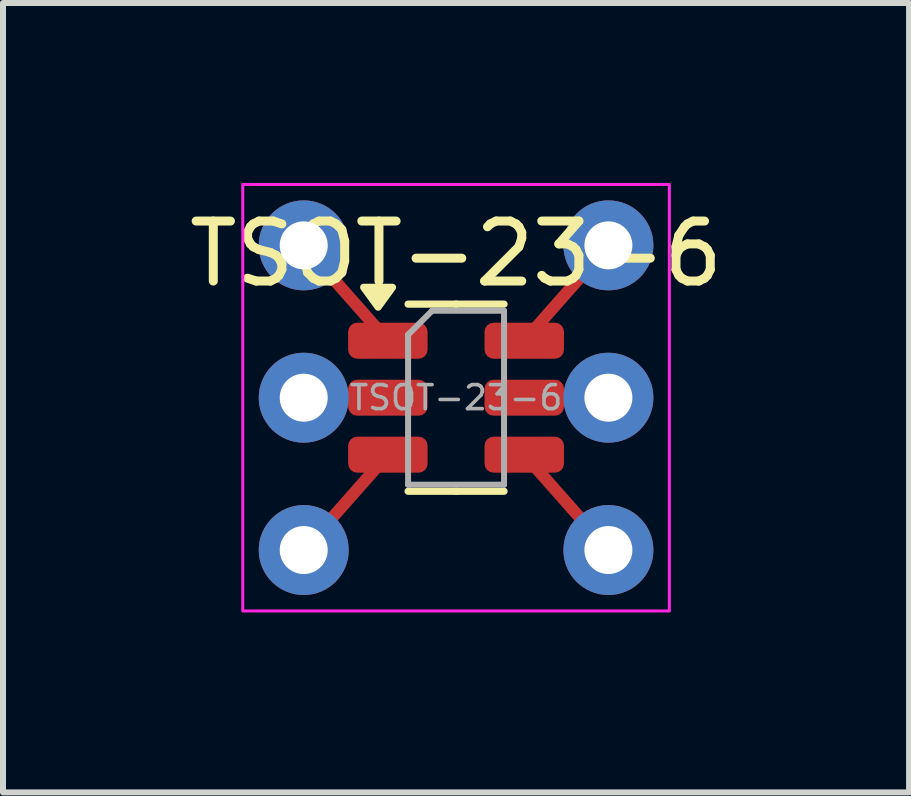
<source format=kicad_pcb>
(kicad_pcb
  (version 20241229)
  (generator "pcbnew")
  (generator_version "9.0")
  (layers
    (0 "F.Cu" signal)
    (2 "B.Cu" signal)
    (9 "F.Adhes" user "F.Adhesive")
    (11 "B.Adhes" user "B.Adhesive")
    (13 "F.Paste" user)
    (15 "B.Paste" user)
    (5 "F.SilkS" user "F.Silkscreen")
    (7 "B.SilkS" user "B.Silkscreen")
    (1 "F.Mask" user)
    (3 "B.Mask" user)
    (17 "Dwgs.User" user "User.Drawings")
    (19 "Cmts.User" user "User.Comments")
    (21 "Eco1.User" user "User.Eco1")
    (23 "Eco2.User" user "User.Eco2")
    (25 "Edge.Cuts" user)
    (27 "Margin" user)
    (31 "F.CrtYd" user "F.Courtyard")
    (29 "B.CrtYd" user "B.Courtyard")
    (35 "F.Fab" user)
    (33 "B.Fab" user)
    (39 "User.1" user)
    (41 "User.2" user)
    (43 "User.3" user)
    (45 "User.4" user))
  (footprint "TSOT-23-6"
    (layer "F.Cu")
    (at 4.554 3.581)
    (property "Reference" "TSOT-23-6" (at 0 -2.4 0) (layer "F.SilkS") (effects (font (size 1 1) (thickness 0.15))))
    (attr through_hole)
    (fp_line (start -1.137 -0.95) (end -2.54 -2.54) (stroke (width 0.2) (type default)) (layer "F.Cu"))
    (fp_line (start -1.137 0) (end -2.54 0) (stroke (width 0.2) (type default)) (layer "F.Cu"))
    (fp_line (start -1.137 0.95) (end -2.54 2.54) (stroke (width 0.2) (type default)) (layer "F.Cu"))
    (fp_line (start 1.137 -0.95) (end 2.54 -2.54) (stroke (width 0.2) (type default)) (layer "F.Cu"))
    (fp_line (start 1.137 0) (end 2.54 0) (stroke (width 0.2) (type default)) (layer "F.Cu"))
    (fp_line (start 1.137 0.95) (end 2.54 2.54) (stroke (width 0.2) (type default)) (layer "F.Cu"))
    (fp_line (start 0 -1.56) (end -0.8 -1.56) (stroke (width 0.12) (type solid)) (layer "F.SilkS"))
    (fp_line (start 0 -1.56) (end 0.8 -1.56) (stroke (width 0.12) (type solid)) (layer "F.SilkS"))
    (fp_line (start 0 1.56) (end -0.8 1.56) (stroke (width 0.12) (type solid)) (layer "F.SilkS"))
    (fp_line (start 0 1.56) (end 0.8 1.56) (stroke (width 0.12) (type solid)) (layer "F.SilkS"))
    (fp_poly (pts (xy -1.3 -1.51) (xy -1.54 -1.84) (xy -1.06 -1.84)) (stroke (width 0.12) (type solid)) (fill yes) (layer "F.SilkS"))
    (fp_rect (start -3.556 -3.556) (end 3.556 3.556) (stroke (width 0.05) (type solid)) (fill no) (layer "F.CrtYd"))
    (fp_line (start -0.8 -1.05) (end -0.4 -1.45) (stroke (width 0.1) (type solid)) (layer "F.Fab"))
    (fp_line (start -0.8 1.45) (end -0.8 -1.05) (stroke (width 0.1) (type solid)) (layer "F.Fab"))
    (fp_line (start -0.4 -1.45) (end 0.8 -1.45) (stroke (width 0.1) (type solid)) (layer "F.Fab"))
    (fp_line (start 0.8 -1.45) (end 0.8 1.45) (stroke (width 0.1) (type solid)) (layer "F.Fab"))
    (fp_line (start 0.8 1.45) (end -0.8 1.45) (stroke (width 0.1) (type solid)) (layer "F.Fab"))
    (fp_text user "${REFERENCE}" (at 0 0 0) (layer "F.Fab") (effects (font (size 0.4 0.4) (thickness 0.06))))
    (pad "" smd roundrect (at -1.137 -0.95) (size 1.325 0.6) (layers "F.Cu" "F.Mask" "F.Paste") (roundrect_rratio 0.25))
    (pad "" smd roundrect (at -1.137 0) (size 1.325 0.6) (layers "F.Cu" "F.Mask" "F.Paste") (roundrect_rratio 0.25))
    (pad "" smd roundrect (at -1.137 0.95) (size 1.325 0.6) (layers "F.Cu" "F.Mask" "F.Paste") (roundrect_rratio 0.25))
    (pad "" smd roundrect (at 1.137 -0.95) (size 1.325 0.6) (layers "F.Cu" "F.Mask" "F.Paste") (roundrect_rratio 0.25))
    (pad "" smd roundrect (at 1.137 0) (size 1.325 0.6) (layers "F.Cu" "F.Mask" "F.Paste") (roundrect_rratio 0.25))
    (pad "" smd roundrect (at 1.137 0.95) (size 1.325 0.6) (layers "F.Cu" "F.Mask" "F.Paste") (roundrect_rratio 0.25))
    (pad "1" thru_hole circle (at -2.54 -2.54) (size 1.5 1.5) (drill 0.8) (layers "*.Cu" "F.Mask" "F.Paste"))
    (pad "2" thru_hole circle (at -2.54 0) (size 1.5 1.5) (drill 0.8) (layers "*.Cu" "F.Mask" "F.Paste"))
    (pad "3" thru_hole circle (at -2.54 2.54) (size 1.5 1.5) (drill 0.8) (layers "*.Cu" "F.Mask" "F.Paste"))
    (pad "4" thru_hole circle (at 2.54 2.54) (size 1.5 1.5) (drill 0.8) (layers "*.Cu" "F.Mask" "F.Paste"))
    (pad "5" thru_hole circle (at 2.54 0) (size 1.5 1.5) (drill 0.8) (layers "*.Cu" "F.Mask" "F.Paste"))
    (pad "6" thru_hole circle (at 2.54 -2.54) (size 1.5 1.5) (drill 0.8) (layers "*.Cu" "F.Mask" "F.Paste")))
  (gr_rect
    (start -3 -3)
    (end 12.107 10.162)
    (stroke (width 0.1) (type default))
    (fill no)
    (layer "Edge.Cuts")))
</source>
